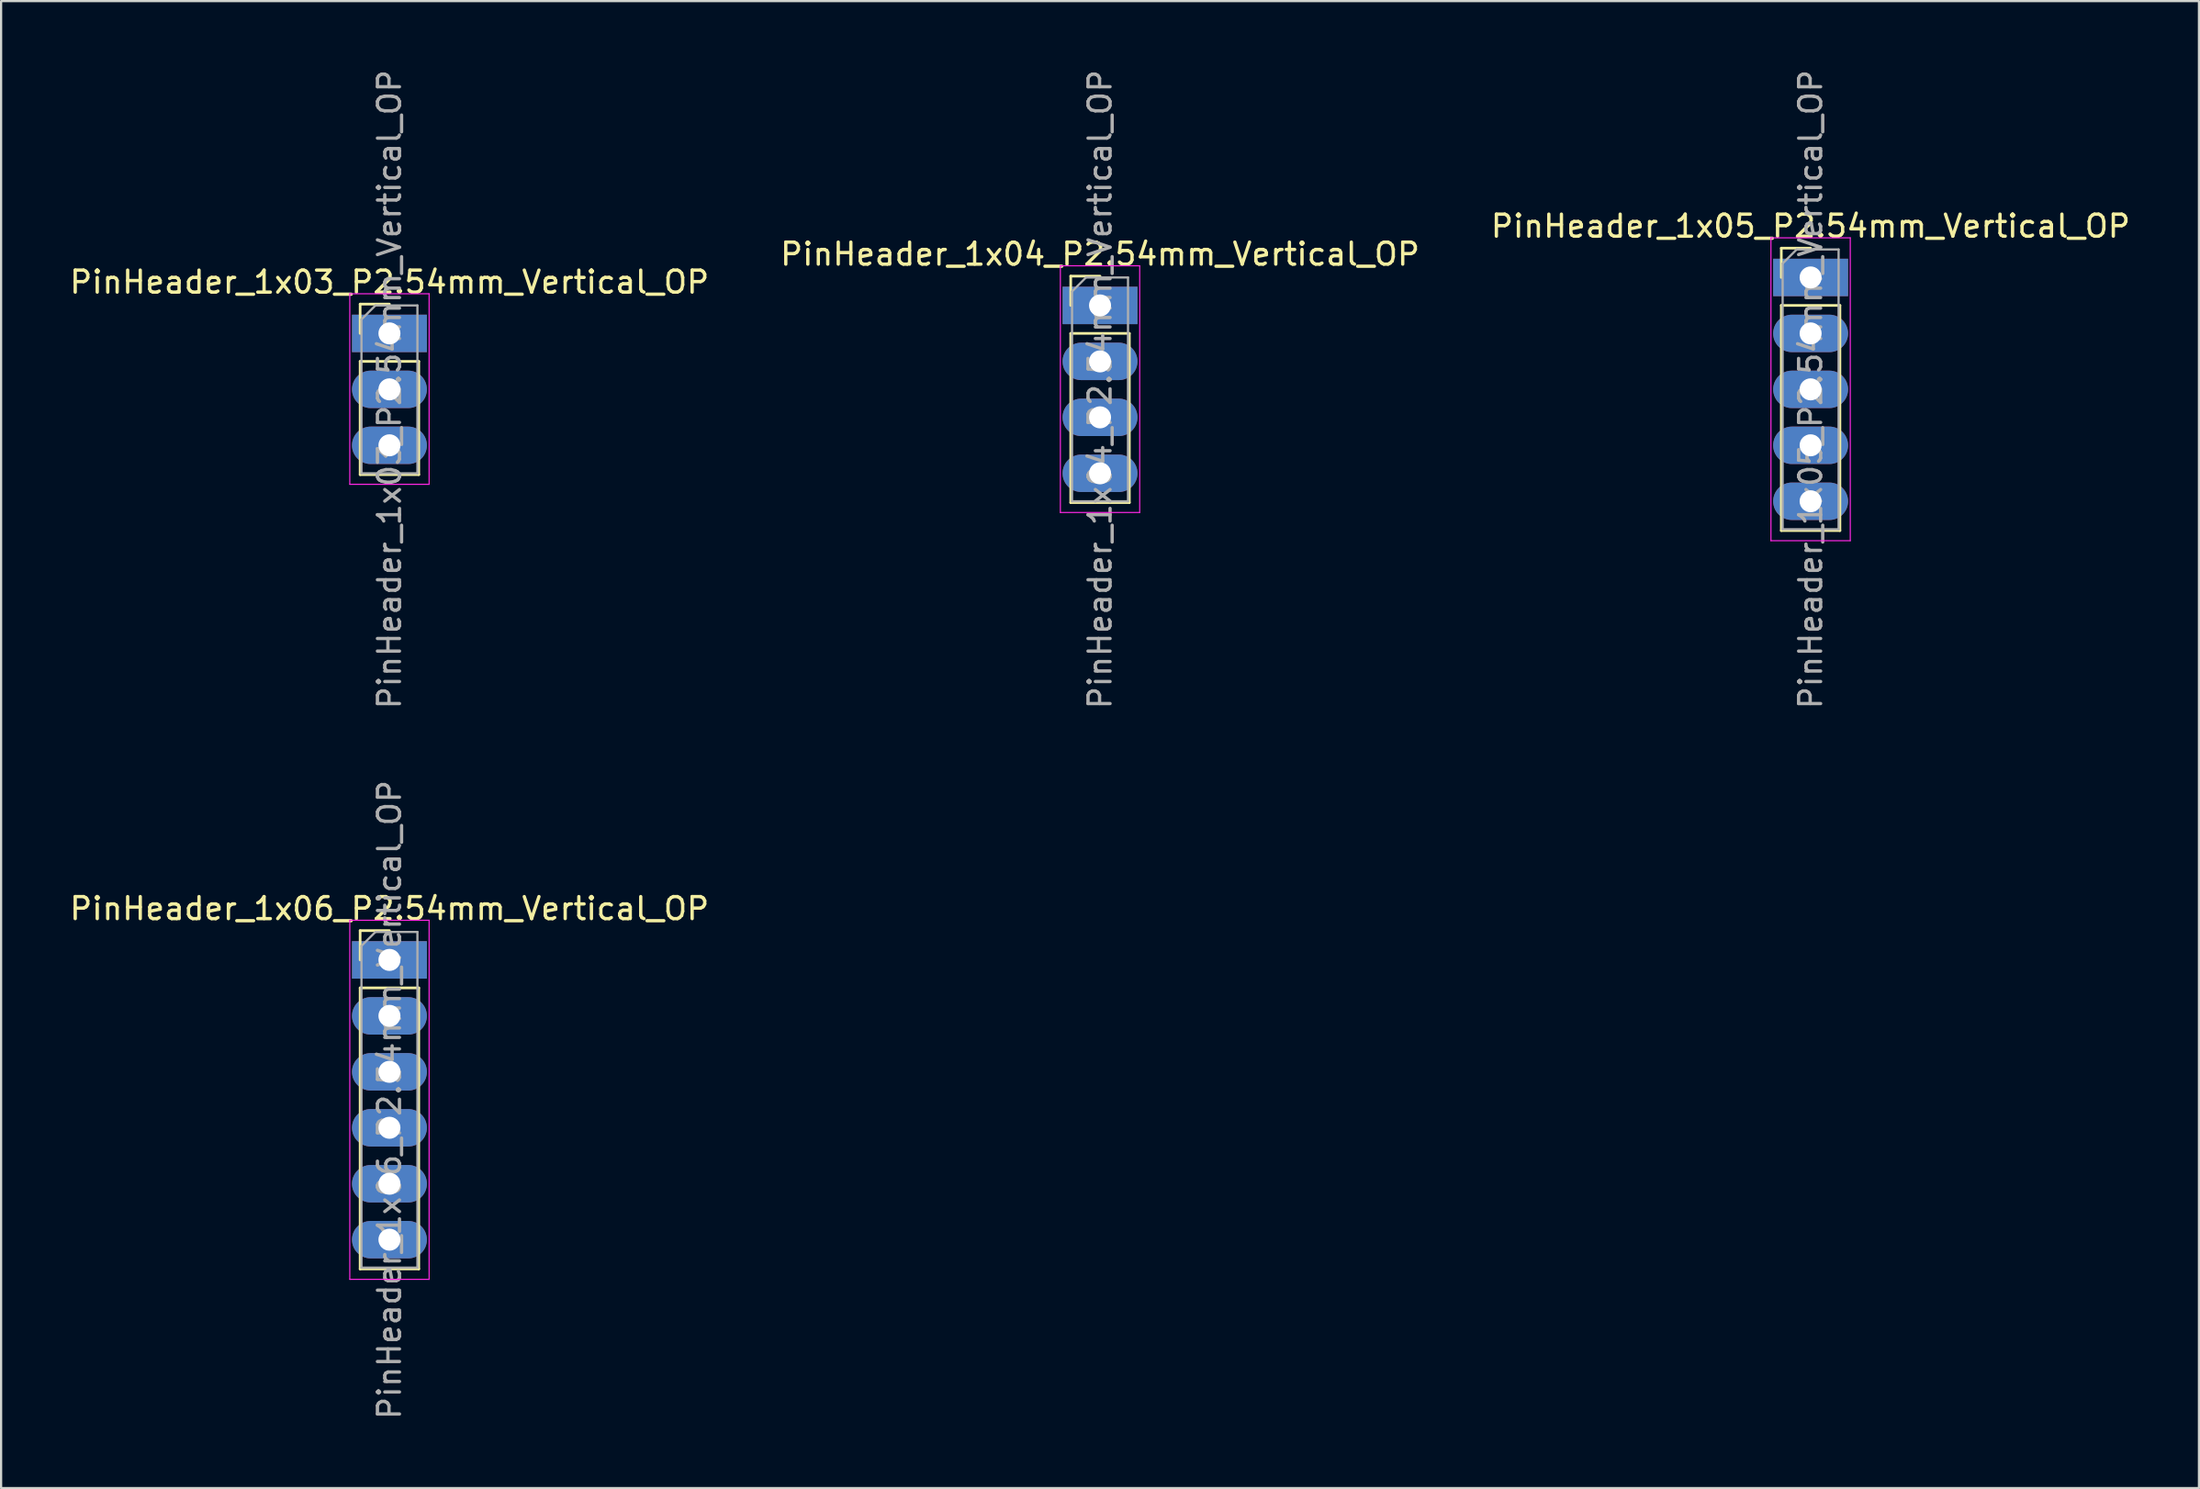
<source format=kicad_pcb>
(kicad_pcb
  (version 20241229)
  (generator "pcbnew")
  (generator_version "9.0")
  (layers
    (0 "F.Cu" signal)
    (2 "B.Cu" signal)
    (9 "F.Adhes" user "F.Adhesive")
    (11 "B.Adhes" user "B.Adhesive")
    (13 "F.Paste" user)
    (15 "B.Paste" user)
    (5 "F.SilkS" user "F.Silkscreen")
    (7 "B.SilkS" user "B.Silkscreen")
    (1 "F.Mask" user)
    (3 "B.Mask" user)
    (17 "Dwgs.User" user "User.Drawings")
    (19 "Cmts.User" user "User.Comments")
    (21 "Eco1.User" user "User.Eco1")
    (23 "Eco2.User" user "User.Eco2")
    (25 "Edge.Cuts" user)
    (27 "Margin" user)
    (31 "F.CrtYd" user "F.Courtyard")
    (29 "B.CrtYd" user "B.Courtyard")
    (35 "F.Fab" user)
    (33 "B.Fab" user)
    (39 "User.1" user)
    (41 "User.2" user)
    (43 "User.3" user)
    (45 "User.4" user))
  (footprint "PinHeader_1x05_P2.54mm_Vertical_OP"
    (layer "F.Cu")
    (at 79.125 9.545)
    (property "Reference" "PinHeader_1x05_P2.54mm_Vertical_OP" (at 0 -2.33 0) (layer "F.SilkS") (effects (font (size 1 1) (thickness 0.15))))
    (attr through_hole)
    (fp_line (start -1.33 -1.33) (end 0 -1.33) (stroke (width 0.12) (type solid)) (layer "F.SilkS"))
    (fp_line (start -1.33 0) (end -1.33 -1.33) (stroke (width 0.12) (type solid)) (layer "F.SilkS"))
    (fp_line (start -1.33 1.27) (end -1.33 11.49) (stroke (width 0.12) (type solid)) (layer "F.SilkS"))
    (fp_line (start -1.33 1.27) (end 1.33 1.27) (stroke (width 0.12) (type solid)) (layer "F.SilkS"))
    (fp_line (start -1.33 11.49) (end 1.33 11.49) (stroke (width 0.12) (type solid)) (layer "F.SilkS"))
    (fp_line (start 1.33 1.27) (end 1.33 11.49) (stroke (width 0.12) (type solid)) (layer "F.SilkS"))
    (fp_line (start -1.8 -1.8) (end -1.8 11.95) (stroke (width 0.05) (type solid)) (layer "F.CrtYd"))
    (fp_line (start -1.8 11.95) (end 1.8 11.95) (stroke (width 0.05) (type solid)) (layer "F.CrtYd"))
    (fp_line (start 1.8 -1.8) (end -1.8 -1.8) (stroke (width 0.05) (type solid)) (layer "F.CrtYd"))
    (fp_line (start 1.8 11.95) (end 1.8 -1.8) (stroke (width 0.05) (type solid)) (layer "F.CrtYd"))
    (fp_line (start -1.27 -0.635) (end -0.635 -1.27) (stroke (width 0.1) (type solid)) (layer "F.Fab"))
    (fp_line (start -1.27 11.43) (end -1.27 -0.635) (stroke (width 0.1) (type solid)) (layer "F.Fab"))
    (fp_line (start -0.635 -1.27) (end 1.27 -1.27) (stroke (width 0.1) (type solid)) (layer "F.Fab"))
    (fp_line (start 1.27 -1.27) (end 1.27 11.43) (stroke (width 0.1) (type solid)) (layer "F.Fab"))
    (fp_line (start 1.27 11.43) (end -1.27 11.43) (stroke (width 0.1) (type solid)) (layer "F.Fab"))
    (fp_text user "${REFERENCE}" (at 0 5.08 90) (layer "F.Fab") (effects (font (size 1 1) (thickness 0.15))))
    (pad "1" thru_hole rect (at 0 0) (size 3.4 1.7) (drill 1) (layers "*.Cu" "*.Mask"))
    (pad "2" thru_hole oval (at 0 2.54) (size 3.4 1.7) (drill 1) (layers "*.Cu" "*.Mask"))
    (pad "3" thru_hole oval (at 0 5.08) (size 3.4 1.7) (drill 1) (layers "*.Cu" "*.Mask"))
    (pad "4" thru_hole oval (at 0 7.62) (size 3.4 1.7) (drill 1) (layers "*.Cu" "*.Mask"))
    (pad "5" thru_hole oval (at 0 10.16) (size 3.4 1.7) (drill 1) (layers "*.Cu" "*.Mask")))
  (footprint "PinHeader_1x04_P2.54mm_Vertical_OP"
    (layer "F.Cu")
    (at 46.875 10.815)
    (property "Reference" "PinHeader_1x04_P2.54mm_Vertical_OP" (at 0 -2.33 0) (layer "F.SilkS") (effects (font (size 1 1) (thickness 0.15))))
    (attr through_hole)
    (fp_line (start -1.33 -1.33) (end 0 -1.33) (stroke (width 0.12) (type solid)) (layer "F.SilkS"))
    (fp_line (start -1.33 0) (end -1.33 -1.33) (stroke (width 0.12) (type solid)) (layer "F.SilkS"))
    (fp_line (start -1.33 1.27) (end -1.33 8.95) (stroke (width 0.12) (type solid)) (layer "F.SilkS"))
    (fp_line (start -1.33 1.27) (end 1.33 1.27) (stroke (width 0.12) (type solid)) (layer "F.SilkS"))
    (fp_line (start -1.33 8.95) (end 1.33 8.95) (stroke (width 0.12) (type solid)) (layer "F.SilkS"))
    (fp_line (start 1.33 1.27) (end 1.33 8.95) (stroke (width 0.12) (type solid)) (layer "F.SilkS"))
    (fp_line (start -1.8 -1.8) (end -1.8 9.4) (stroke (width 0.05) (type solid)) (layer "F.CrtYd"))
    (fp_line (start -1.8 9.4) (end 1.8 9.4) (stroke (width 0.05) (type solid)) (layer "F.CrtYd"))
    (fp_line (start 1.8 -1.8) (end -1.8 -1.8) (stroke (width 0.05) (type solid)) (layer "F.CrtYd"))
    (fp_line (start 1.8 9.4) (end 1.8 -1.8) (stroke (width 0.05) (type solid)) (layer "F.CrtYd"))
    (fp_line (start -1.27 -0.635) (end -0.635 -1.27) (stroke (width 0.1) (type solid)) (layer "F.Fab"))
    (fp_line (start -1.27 8.89) (end -1.27 -0.635) (stroke (width 0.1) (type solid)) (layer "F.Fab"))
    (fp_line (start -0.635 -1.27) (end 1.27 -1.27) (stroke (width 0.1) (type solid)) (layer "F.Fab"))
    (fp_line (start 1.27 -1.27) (end 1.27 8.89) (stroke (width 0.1) (type solid)) (layer "F.Fab"))
    (fp_line (start 1.27 8.89) (end -1.27 8.89) (stroke (width 0.1) (type solid)) (layer "F.Fab"))
    (fp_text user "${REFERENCE}" (at 0 3.81 90) (layer "F.Fab") (effects (font (size 1 1) (thickness 0.15))))
    (pad "1" thru_hole rect (at 0 0) (size 3.4 1.7) (drill 1) (layers "*.Cu" "*.Mask"))
    (pad "2" thru_hole oval (at 0 2.54) (size 3.4 1.7) (drill 1) (layers "*.Cu" "*.Mask"))
    (pad "3" thru_hole oval (at 0 5.08) (size 3.4 1.7) (drill 1) (layers "*.Cu" "*.Mask"))
    (pad "4" thru_hole oval (at 0 7.62) (size 3.4 1.7) (drill 1) (layers "*.Cu" "*.Mask")))
  (footprint "PinHeader_1x03_P2.54mm_Vertical_OP"
    (layer "F.Cu")
    (at 14.625 12.085)
    (property "Reference" "PinHeader_1x03_P2.54mm_Vertical_OP" (at 0 -2.33 0) (layer "F.SilkS") (effects (font (size 1 1) (thickness 0.15))))
    (attr through_hole)
    (fp_line (start -1.33 -1.33) (end 0 -1.33) (stroke (width 0.12) (type solid)) (layer "F.SilkS"))
    (fp_line (start -1.33 0) (end -1.33 -1.33) (stroke (width 0.12) (type solid)) (layer "F.SilkS"))
    (fp_line (start -1.33 1.27) (end -1.33 6.41) (stroke (width 0.12) (type solid)) (layer "F.SilkS"))
    (fp_line (start -1.33 1.27) (end 1.33 1.27) (stroke (width 0.12) (type solid)) (layer "F.SilkS"))
    (fp_line (start -1.33 6.41) (end 1.33 6.41) (stroke (width 0.12) (type solid)) (layer "F.SilkS"))
    (fp_line (start 1.33 1.27) (end 1.33 6.41) (stroke (width 0.12) (type solid)) (layer "F.SilkS"))
    (fp_line (start -1.8 -1.8) (end -1.8 6.85) (stroke (width 0.05) (type solid)) (layer "F.CrtYd"))
    (fp_line (start -1.8 6.85) (end 1.8 6.85) (stroke (width 0.05) (type solid)) (layer "F.CrtYd"))
    (fp_line (start 1.8 -1.8) (end -1.8 -1.8) (stroke (width 0.05) (type solid)) (layer "F.CrtYd"))
    (fp_line (start 1.8 6.85) (end 1.8 -1.8) (stroke (width 0.05) (type solid)) (layer "F.CrtYd"))
    (fp_line (start -1.27 -0.635) (end -0.635 -1.27) (stroke (width 0.1) (type solid)) (layer "F.Fab"))
    (fp_line (start -1.27 6.35) (end -1.27 -0.635) (stroke (width 0.1) (type solid)) (layer "F.Fab"))
    (fp_line (start -0.635 -1.27) (end 1.27 -1.27) (stroke (width 0.1) (type solid)) (layer "F.Fab"))
    (fp_line (start 1.27 -1.27) (end 1.27 6.35) (stroke (width 0.1) (type solid)) (layer "F.Fab"))
    (fp_line (start 1.27 6.35) (end -1.27 6.35) (stroke (width 0.1) (type solid)) (layer "F.Fab"))
    (fp_text user "${REFERENCE}" (at 0 2.54 90) (layer "F.Fab") (effects (font (size 1 1) (thickness 0.15))))
    (pad "1" thru_hole rect (at 0 0) (size 3.4 1.7) (drill 1) (layers "*.Cu" "*.Mask"))
    (pad "2" thru_hole oval (at 0 2.54) (size 3.4 1.7) (drill 1) (layers "*.Cu" "*.Mask"))
    (pad "3" thru_hole oval (at 0 5.08) (size 3.4 1.7) (drill 1) (layers "*.Cu" "*.Mask")))
  (footprint "PinHeader_1x06_P2.54mm_Vertical_OP"
    (layer "F.Cu")
    (at 14.625 40.525)
    (property "Reference" "PinHeader_1x06_P2.54mm_Vertical_OP" (at 0 -2.33 0) (layer "F.SilkS") (effects (font (size 1 1) (thickness 0.15))))
    (attr through_hole)
    (fp_line (start -1.33 -1.33) (end 0 -1.33) (stroke (width 0.12) (type solid)) (layer "F.SilkS"))
    (fp_line (start -1.33 0) (end -1.33 -1.33) (stroke (width 0.12) (type solid)) (layer "F.SilkS"))
    (fp_line (start -1.33 1.27) (end -1.33 14.03) (stroke (width 0.12) (type solid)) (layer "F.SilkS"))
    (fp_line (start -1.33 1.27) (end 1.33 1.27) (stroke (width 0.12) (type solid)) (layer "F.SilkS"))
    (fp_line (start -1.33 14.03) (end 1.33 14.03) (stroke (width 0.12) (type solid)) (layer "F.SilkS"))
    (fp_line (start 1.33 1.27) (end 1.33 14.03) (stroke (width 0.12) (type solid)) (layer "F.SilkS"))
    (fp_line (start -1.8 -1.8) (end -1.8 14.5) (stroke (width 0.05) (type solid)) (layer "F.CrtYd"))
    (fp_line (start -1.8 14.5) (end 1.8 14.5) (stroke (width 0.05) (type solid)) (layer "F.CrtYd"))
    (fp_line (start 1.8 -1.8) (end -1.8 -1.8) (stroke (width 0.05) (type solid)) (layer "F.CrtYd"))
    (fp_line (start 1.8 14.5) (end 1.8 -1.8) (stroke (width 0.05) (type solid)) (layer "F.CrtYd"))
    (fp_line (start -1.27 -0.635) (end -0.635 -1.27) (stroke (width 0.1) (type solid)) (layer "F.Fab"))
    (fp_line (start -1.27 13.97) (end -1.27 -0.635) (stroke (width 0.1) (type solid)) (layer "F.Fab"))
    (fp_line (start -0.635 -1.27) (end 1.27 -1.27) (stroke (width 0.1) (type solid)) (layer "F.Fab"))
    (fp_line (start 1.27 -1.27) (end 1.27 13.97) (stroke (width 0.1) (type solid)) (layer "F.Fab"))
    (fp_line (start 1.27 13.97) (end -1.27 13.97) (stroke (width 0.1) (type solid)) (layer "F.Fab"))
    (fp_text user "${REFERENCE}" (at 0 6.35 90) (layer "F.Fab") (effects (font (size 1 1) (thickness 0.15))))
    (pad "1" thru_hole rect (at 0 0) (size 3.4 1.7) (drill 1) (layers "*.Cu" "*.Mask"))
    (pad "2" thru_hole oval (at 0 2.54) (size 3.4 1.7) (drill 1) (layers "*.Cu" "*.Mask"))
    (pad "3" thru_hole oval (at 0 5.08) (size 3.4 1.7) (drill 1) (layers "*.Cu" "*.Mask"))
    (pad "4" thru_hole oval (at 0 7.62) (size 3.4 1.7) (drill 1) (layers "*.Cu" "*.Mask"))
    (pad "5" thru_hole oval (at 0 10.16) (size 3.4 1.7) (drill 1) (layers "*.Cu" "*.Mask"))
    (pad "6" thru_hole oval (at 0 12.7) (size 3.4 1.7) (drill 1) (layers "*.Cu" "*.Mask")))
  (gr_rect
    (start -3 -3)
    (end 96.75 64.5)
    (stroke (width 0.1) (type default))
    (fill no)
    (layer "Edge.Cuts")))
</source>
